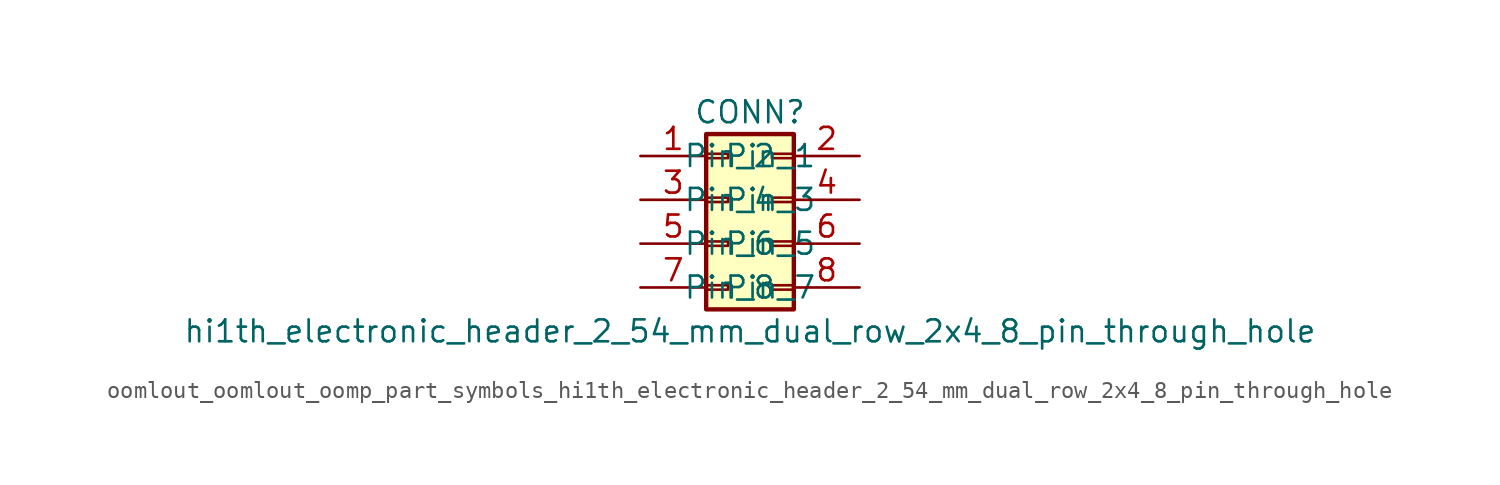
<source format=kicad_sym>
(kicad_symbol_lib
  (version 20220914)
  (generator kicad_symbol_editor)
  (symbol "oomlout_oomlout_oomp_part_symbols_hi1th_electronic_header_2_54_mm_dual_row_2x4_8_pin_through_hole"
    (pin_names
      (offset 1.016))
    (property "Reference" "CONN"
      (at 1.27 5.08 0)
      (effects (font (size 1.27 1.27))))
    (property "Value" "hi1th_electronic_header_2_54_mm_dual_row_2x4_8_pin_through_hole"
      (at 1.27 -7.62 0)
      (effects (font (size 1.27 1.27))))
    (symbol "oomlout_oomlout_oomp_part_symbols_hi1th_electronic_header_2_54_mm_dual_row_2x4_8_pin_through_hole_1_1"
      (rectangle (start -1.27 -4.953) (end 0 -5.207) (stroke (width 0.152) (type default)) (fill (type none)))
      (rectangle (start -1.27 -2.413) (end 0 -2.667) (stroke (width 0.152) (type default)) (fill (type none)))
      (rectangle (start -1.27 0.127) (end 0 -0.127) (stroke (width 0.152) (type default)) (fill (type none)))
      (rectangle (start -1.27 2.667) (end 0 2.413) (stroke (width 0.152) (type default)) (fill (type none)))
      (rectangle (start -1.27 3.81) (end 3.81 -6.35) (stroke (width 0.254) (type default)) (fill (type background)))
      (rectangle (start 3.81 -4.953) (end 2.54 -5.207) (stroke (width 0.152) (type default)) (fill (type none)))
      (rectangle (start 3.81 -2.413) (end 2.54 -2.667) (stroke (width 0.152) (type default)) (fill (type none)))
      (rectangle (start 3.81 0.127) (end 2.54 -0.127) (stroke (width 0.152) (type default)) (fill (type none)))
      (rectangle (start 3.81 2.667) (end 2.54 2.413) (stroke (width 0.152) (type default)) (fill (type none)))
      (pin passive line (at -5.08 2.54 0) (length 3.81) (name "Pin_1" (effects (font (size 1.27 1.27)))) (number "1" (effects (font (size 1.27 1.27)))))
      (pin passive line (at 7.62 2.54 180) (length 3.81) (name "Pin_2" (effects (font (size 1.27 1.27)))) (number "2" (effects (font (size 1.27 1.27)))))
      (pin passive line (at -5.08 0 0) (length 3.81) (name "Pin_3" (effects (font (size 1.27 1.27)))) (number "3" (effects (font (size 1.27 1.27)))))
      (pin passive line (at 7.62 0 180) (length 3.81) (name "Pin_4" (effects (font (size 1.27 1.27)))) (number "4" (effects (font (size 1.27 1.27)))))
      (pin passive line (at -5.08 -2.54 0) (length 3.81) (name "Pin_5" (effects (font (size 1.27 1.27)))) (number "5" (effects (font (size 1.27 1.27)))))
      (pin passive line (at 7.62 -2.54 180) (length 3.81) (name "Pin_6" (effects (font (size 1.27 1.27)))) (number "6" (effects (font (size 1.27 1.27)))))
      (pin passive line (at -5.08 -5.08 0) (length 3.81) (name "Pin_7" (effects (font (size 1.27 1.27)))) (number "7" (effects (font (size 1.27 1.27)))))
      (pin passive line (at 7.62 -5.08 180) (length 3.81) (name "Pin_8" (effects (font (size 1.27 1.27)))) (number "8" (effects (font (size 1.27 1.27))))))))
</source>
